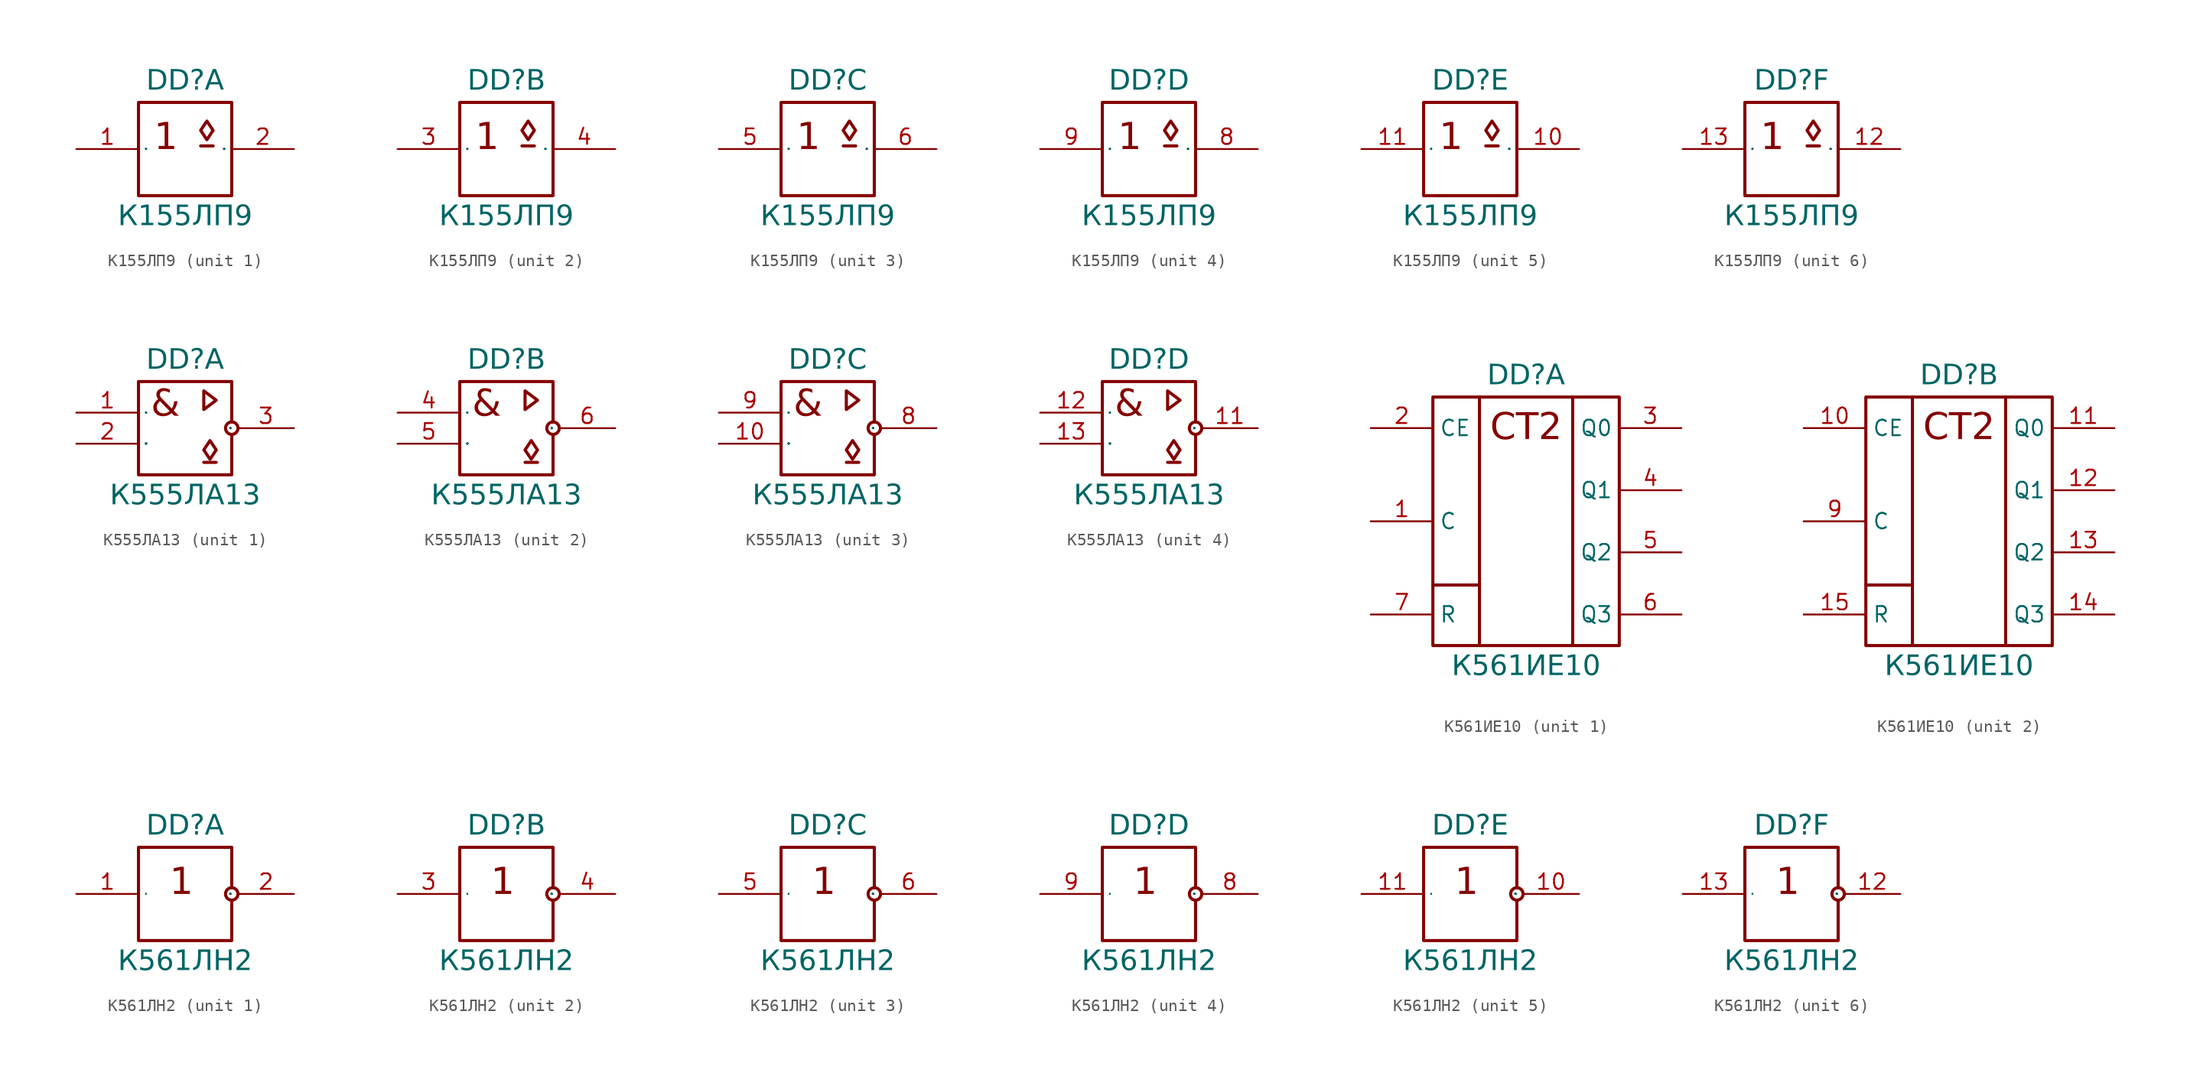
<source format=kicad_sym>
(kicad_symbol_lib
  (version 20241209)
  (generator "kicad_symbol_editor")
  (generator_version "9.0")
  (symbol "К155ЛП9"
    (property "Reference" "DD"
      (at 8.89 4.572 0)
      (do_not_autoplace)
      (effects (font (face "Input Sans Condensed") (size 1.651 1.651)) (justify bottom)))
    (property "Value" "К155ЛП9"
      (at 8.89 -4.572 0)
      (do_not_autoplace)
      (effects (font (face "Input Sans Condensed") (size 1.651 1.651)) (justify top)))
    (symbol "К155ЛП9_0_0"
      (rectangle (start 5.08 3.81) (end 12.7 -3.81) (stroke (width 0.254) (type solid)) (fill (type none)))
      (polyline (pts (xy 10.16 0.254) (xy 11.176 0.254)) (stroke (width 0.254) (type solid)) (fill (type none)))
      (polyline (pts (xy 10.668 2.286) (xy 10.16 1.524) (xy 10.668 0.762) (xy 11.176 1.524) (xy 10.668 2.286)) (stroke (width 0.254) (type solid)) (fill (type none)))
      (text "1" (at 6.35 2.172 0) (effects (font (face "Input Sans Condensed") (size 2.172 2.172)) (justify left top))))
    (symbol "К155ЛП9_1_1"
      (pin input line (at 0 0 0) (length 5.08) (name "1" (effects (font (size 0.025 0.025)))) (number "1" (effects (font (size 1.27 1.27)))))
      (pin power_in line (at 15.24 2.54 180) (length 2.54) (hide yes) (name "VCC" (effects (font (size 0.025 0.025)))) (number "14" (effects (font (size 1.27 1.27)))))
      (pin power_in line (at 15.24 -2.54 180) (length 2.54) (hide yes) (name "GND" (effects (font (size 0.025 0.025)))) (number "7" (effects (font (size 1.27 1.27)))))
      (pin open_collector line (at 17.78 0 180) (length 5.08) (name "2" (effects (font (size 0.025 0.025)))) (number "2" (effects (font (size 1.27 1.27))))))
    (symbol "К155ЛП9_2_0"
      (pin input line (at 0 0 0) (length 5.08) (name "1" (effects (font (size 0.025 0.025)))) (number "3" (effects (font (size 1.27 1.27)))))
      (pin open_collector line (at 17.78 0 180) (length 5.08) (name "2" (effects (font (size 0.025 0.025)))) (number "4" (effects (font (size 1.27 1.27))))))
    (symbol "К155ЛП9_3_0"
      (pin input line (at 0 0 0) (length 5.08) (name "1" (effects (font (size 0.025 0.025)))) (number "5" (effects (font (size 1.27 1.27)))))
      (pin open_collector line (at 17.78 0 180) (length 5.08) (name "2" (effects (font (size 0.025 0.025)))) (number "6" (effects (font (size 1.27 1.27))))))
    (symbol "К155ЛП9_4_0"
      (pin input line (at 0 0 0) (length 5.08) (name "1" (effects (font (size 0.025 0.025)))) (number "9" (effects (font (size 1.27 1.27)))))
      (pin open_collector line (at 17.78 0 180) (length 5.08) (name "2" (effects (font (size 0.025 0.025)))) (number "8" (effects (font (size 1.27 1.27))))))
    (symbol "К155ЛП9_5_0"
      (pin input line (at 0 0 0) (length 5.08) (name "1" (effects (font (size 0.025 0.025)))) (number "11" (effects (font (size 1.27 1.27)))))
      (pin open_collector line (at 17.78 0 180) (length 5.08) (name "2" (effects (font (size 0.025 0.025)))) (number "10" (effects (font (size 1.27 1.27))))))
    (symbol "К155ЛП9_6_0"
      (pin input line (at 0 0 0) (length 5.08) (name "1" (effects (font (size 0.025 0.025)))) (number "13" (effects (font (size 1.27 1.27)))))
      (pin open_collector line (at 17.78 0 180) (length 5.08) (name "2" (effects (font (size 0.025 0.025)))) (number "12" (effects (font (size 1.27 1.27)))))))
  (symbol "К555ЛА13"
    (property "Reference" "DD"
      (at 8.89 3.302 0)
      (do_not_autoplace)
      (effects (font (face "Input Sans Condensed") (size 1.651 1.651)) (justify bottom)))
    (property "Value" "К555ЛА13"
      (at 8.89 -5.842 0)
      (do_not_autoplace)
      (effects (font (face "Input Sans Condensed") (size 1.651 1.651)) (justify top)))
    (symbol "К555ЛА13_0_0"
      (polyline (pts (xy 10.414 1.778) (xy 10.414 0.254) (xy 11.43 1.016) (xy 10.414 1.778)) (stroke (width 0.254) (type solid)) (fill (type none)))
      (polyline (pts (xy 10.414 -4.064) (xy 11.43 -4.064)) (stroke (width 0.254) (type solid)) (fill (type none)))
      (polyline (pts (xy 10.922 -2.286) (xy 10.414 -3.048) (xy 10.922 -3.81) (xy 11.43 -3.048) (xy 10.922 -2.286)) (stroke (width 0.254) (type solid)) (fill (type none)))
      (circle (center 12.7 -1.27) (radius 0.508) (stroke (width 0.254) (type solid)) (fill (type color) (color 255 255 255 1)))
      (text "&" (at 6.096 1.918 0) (effects (font (face "Input Sans Condensed") (size 2.172 2.172)) (justify left top))))
    (symbol "К555ЛА13_0_1"
      (polyline (pts (xy 12.7 -0.762) (xy 12.7 2.54) (xy 5.08 2.54) (xy 5.08 -5.08) (xy 12.7 -5.08) (xy 12.7 -1.778)) (stroke (width 0.254) (type default)) (fill (type none))))
    (symbol "К555ЛА13_1_1"
      (pin input line (at 0 0 0) (length 5.08) (name "1" (effects (font (size 0.025 0.025)))) (number "1" (effects (font (size 1.27 1.27)))))
      (pin input line (at 0 -2.54 0) (length 5.08) (name "2" (effects (font (size 0.025 0.025)))) (number "2" (effects (font (size 1.27 1.27)))))
      (pin power_in line (at 13.97 1.27 180) (length 1.27) (hide yes) (name "VCC" (effects (font (size 0.025 0.025)))) (number "14" (effects (font (size 1.27 1.27)))))
      (pin power_in line (at 13.97 -3.81 180) (length 1.27) (hide yes) (name "GND" (effects (font (size 0.025 0.025)))) (number "7" (effects (font (size 1.27 1.27)))))
      (pin open_collector line (at 17.78 -1.27 180) (length 4.572) (name "3" (effects (font (size 0.025 0.025)))) (number "3" (effects (font (size 1.27 1.27))))))
    (symbol "К555ЛА13_2_1"
      (pin input line (at 0 0 0) (length 5.08) (name "1" (effects (font (size 0.025 0.025)))) (number "4" (effects (font (size 1.27 1.27)))))
      (pin input line (at 0 -2.54 0) (length 5.08) (name "2" (effects (font (size 0.025 0.025)))) (number "5" (effects (font (size 1.27 1.27)))))
      (pin open_collector line (at 17.78 -1.27 180) (length 4.572) (name "3" (effects (font (size 0.025 0.025)))) (number "6" (effects (font (size 1.27 1.27))))))
    (symbol "К555ЛА13_3_1"
      (pin input line (at 0 0 0) (length 5.08) (name "1" (effects (font (size 0.025 0.025)))) (number "9" (effects (font (size 1.27 1.27)))))
      (pin input line (at 0 -2.54 0) (length 5.08) (name "2" (effects (font (size 0.025 0.025)))) (number "10" (effects (font (size 1.27 1.27)))))
      (pin open_collector line (at 17.78 -1.27 180) (length 4.572) (name "3" (effects (font (size 0.025 0.025)))) (number "8" (effects (font (size 1.27 1.27))))))
    (symbol "К555ЛА13_4_1"
      (pin input line (at 0 0 0) (length 5.08) (name "1" (effects (font (size 0.025 0.025)))) (number "12" (effects (font (size 1.27 1.27)))))
      (pin input line (at 0 -2.54 0) (length 5.08) (name "2" (effects (font (size 0.025 0.025)))) (number "13" (effects (font (size 1.27 1.27)))))
      (pin open_collector line (at 17.78 -1.27 180) (length 4.572) (name "3" (effects (font (size 0.025 0.025)))) (number "11" (effects (font (size 1.27 1.27)))))))
  (symbol "К561ИЕ10"
    (property "Reference" "DD"
      (at 12.7 3.302 0)
      (do_not_autoplace)
      (effects (font (face "Input Sans Condensed") (size 1.651 1.651)) (justify bottom)))
    (property "Value" "К561ИЕ10"
      (at 12.7 -18.542 0)
      (do_not_autoplace)
      (effects (font (face "Input Sans Condensed") (size 1.651 1.651)) (justify top)))
    (symbol "К561ИЕ10_0_0"
      (rectangle (start 5.08 2.54) (end 20.32 -17.78) (stroke (width 0.254) (type solid)) (fill (type none)))
      (polyline (pts (xy 8.89 2.54) (xy 8.89 -17.78)) (stroke (width 0.254) (type solid)) (fill (type none)))
      (polyline (pts (xy 16.51 2.54) (xy 16.51 -17.78)) (stroke (width 0.254) (type solid)) (fill (type none))))
    (symbol "К561ИЕ10_0_1"
      (polyline (pts (xy 5.08 -12.827) (xy 8.89 -12.827)) (stroke (width 0.254) (type default)) (fill (type none)))
      (text "CT2" (at 12.7 0 0) (effects (font (face "Input Sans Condensed") (size 2.159 2.159)))))
    (symbol "К561ИЕ10_1_1"
      (pin input line (at 0 0 0) (length 5.08) (name "CE" (effects (font (size 1.27 1.27)))) (number "2" (effects (font (size 1.27 1.27)))))
      (pin input line (at 0 -7.62 0) (length 5.08) (name "C" (effects (font (size 1.27 1.27)))) (number "1" (effects (font (size 1.27 1.27)))))
      (pin input line (at 0 -15.24 0) (length 5.08) (name "R" (effects (font (size 1.27 1.27)))) (number "7" (effects (font (size 1.27 1.27)))))
      (pin power_in line (at 12.7 -19.05 90) (length 1.27) (hide yes) (name "GND" (effects (font (size 1.27 1.27)))) (number "8" (effects (font (size 1.27 1.27)))))
      (pin power_in line (at 15.24 -19.05 90) (length 1.27) (hide yes) (name "VCC" (effects (font (size 1.27 1.27)))) (number "16" (effects (font (size 1.27 1.27)))))
      (pin output line (at 25.4 0 180) (length 5.08) (name "Q0" (effects (font (size 1.27 1.27)))) (number "3" (effects (font (size 1.27 1.27)))))
      (pin output line (at 25.4 -5.08 180) (length 5.08) (name "Q1" (effects (font (size 1.27 1.27)))) (number "4" (effects (font (size 1.27 1.27)))))
      (pin output line (at 25.4 -10.16 180) (length 5.08) (name "Q2" (effects (font (size 1.27 1.27)))) (number "5" (effects (font (size 1.27 1.27)))))
      (pin output line (at 25.4 -15.24 180) (length 5.08) (name "Q3" (effects (font (size 1.27 1.27)))) (number "6" (effects (font (size 1.27 1.27))))))
    (symbol "К561ИЕ10_2_1"
      (pin input line (at 0 0 0) (length 5.08) (name "CE" (effects (font (size 1.27 1.27)))) (number "10" (effects (font (size 1.27 1.27)))))
      (pin input line (at 0 -7.62 0) (length 5.08) (name "C" (effects (font (size 1.27 1.27)))) (number "9" (effects (font (size 1.27 1.27)))))
      (pin input line (at 0 -15.24 0) (length 5.08) (name "R" (effects (font (size 1.27 1.27)))) (number "15" (effects (font (size 1.27 1.27)))))
      (pin output line (at 25.4 0 180) (length 5.08) (name "Q0" (effects (font (size 1.27 1.27)))) (number "11" (effects (font (size 1.27 1.27)))))
      (pin output line (at 25.4 -5.08 180) (length 5.08) (name "Q1" (effects (font (size 1.27 1.27)))) (number "12" (effects (font (size 1.27 1.27)))))
      (pin output line (at 25.4 -10.16 180) (length 5.08) (name "Q2" (effects (font (size 1.27 1.27)))) (number "13" (effects (font (size 1.27 1.27)))))
      (pin output line (at 25.4 -15.24 180) (length 5.08) (name "Q3" (effects (font (size 1.27 1.27)))) (number "14" (effects (font (size 1.27 1.27)))))))
  (symbol "К561ЛН2"
    (property "Reference" "DD"
      (at 8.89 4.572 0)
      (do_not_autoplace)
      (effects (font (face "Input Sans Condensed") (size 1.651 1.651)) (justify bottom)))
    (property "Value" "К561ЛН2"
      (at 8.89 -4.572 0)
      (do_not_autoplace)
      (effects (font (face "Input Sans Condensed") (size 1.651 1.651)) (justify top)))
    (symbol "К561ЛН2_0_0"
      (circle (center 12.7 0) (radius 0.508) (stroke (width 0.254) (type solid)) (fill (type color) (color 255 255 255 1)))
      (text "1" (at 7.62 2.172 0) (effects (font (face "Input Sans Condensed") (size 2.172 2.172)) (justify left top))))
    (symbol "К561ЛН2_0_1"
      (polyline (pts (xy 12.7 0.508) (xy 12.7 3.81) (xy 5.08 3.81) (xy 5.08 -3.81) (xy 12.7 -3.81) (xy 12.7 -0.508)) (stroke (width 0.254) (type solid)) (fill (type none))))
    (symbol "К561ЛН2_1_1"
      (pin input line (at 0 0 0) (length 5.08) (name "I" (effects (font (size 0.025 0.025)))) (number "1" (effects (font (size 1.27 1.27)))))
      (pin power_in line (at 13.97 2.54 180) (length 1.27) (hide yes) (name "VCC" (effects (font (size 0.025 0.025)))) (number "14" (effects (font (size 1.27 1.27)))))
      (pin power_in line (at 13.97 -2.54 180) (length 1.27) (hide yes) (name "GND" (effects (font (size 0.025 0.025)))) (number "7" (effects (font (size 1.27 1.27)))))
      (pin output line (at 17.78 0 180) (length 4.572) (name "O" (effects (font (size 0.025 0.025)))) (number "2" (effects (font (size 1.27 1.27))))))
    (symbol "К561ЛН2_2_1"
      (pin input line (at 0 0 0) (length 5.08) (name "I" (effects (font (size 0.025 0.025)))) (number "3" (effects (font (size 1.27 1.27)))))
      (pin output line (at 17.78 0 180) (length 4.572) (name "O" (effects (font (size 0.025 0.025)))) (number "4" (effects (font (size 1.27 1.27))))))
    (symbol "К561ЛН2_3_1"
      (pin input line (at 0 0 0) (length 5.08) (name "I" (effects (font (size 0.025 0.025)))) (number "5" (effects (font (size 1.27 1.27)))))
      (pin output line (at 17.78 0 180) (length 4.572) (name "O" (effects (font (size 0.025 0.025)))) (number "6" (effects (font (size 1.27 1.27))))))
    (symbol "К561ЛН2_4_1"
      (pin input line (at 0 0 0) (length 5.08) (name "I" (effects (font (size 0.025 0.025)))) (number "9" (effects (font (size 1.27 1.27)))))
      (pin output line (at 17.78 0 180) (length 4.572) (name "O" (effects (font (size 0.025 0.025)))) (number "8" (effects (font (size 1.27 1.27))))))
    (symbol "К561ЛН2_5_1"
      (pin input line (at 0 0 0) (length 5.08) (name "I" (effects (font (size 0.025 0.025)))) (number "11" (effects (font (size 1.27 1.27)))))
      (pin output line (at 17.78 0 180) (length 4.572) (name "O" (effects (font (size 0.025 0.025)))) (number "10" (effects (font (size 1.27 1.27))))))
    (symbol "К561ЛН2_6_1"
      (pin input line (at 0 0 0) (length 5.08) (name "I" (effects (font (size 0.025 0.025)))) (number "13" (effects (font (size 1.27 1.27)))))
      (pin output line (at 17.78 0 180) (length 4.572) (name "O" (effects (font (size 0.025 0.025)))) (number "12" (effects (font (size 1.27 1.27))))))))
</source>
